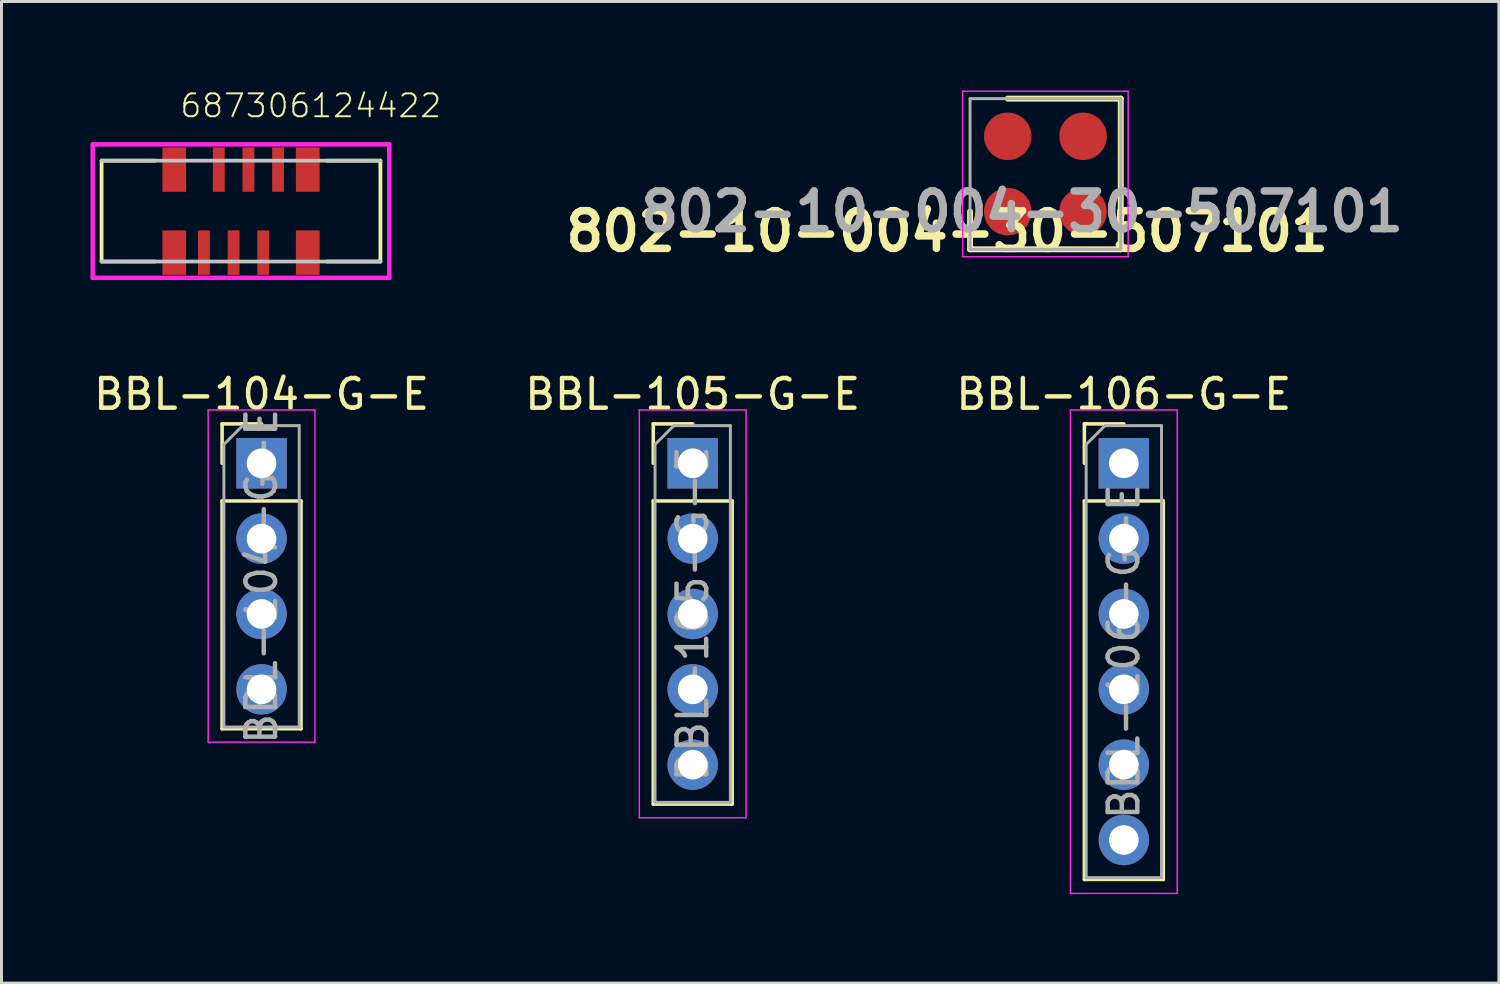
<source format=kicad_pcb>
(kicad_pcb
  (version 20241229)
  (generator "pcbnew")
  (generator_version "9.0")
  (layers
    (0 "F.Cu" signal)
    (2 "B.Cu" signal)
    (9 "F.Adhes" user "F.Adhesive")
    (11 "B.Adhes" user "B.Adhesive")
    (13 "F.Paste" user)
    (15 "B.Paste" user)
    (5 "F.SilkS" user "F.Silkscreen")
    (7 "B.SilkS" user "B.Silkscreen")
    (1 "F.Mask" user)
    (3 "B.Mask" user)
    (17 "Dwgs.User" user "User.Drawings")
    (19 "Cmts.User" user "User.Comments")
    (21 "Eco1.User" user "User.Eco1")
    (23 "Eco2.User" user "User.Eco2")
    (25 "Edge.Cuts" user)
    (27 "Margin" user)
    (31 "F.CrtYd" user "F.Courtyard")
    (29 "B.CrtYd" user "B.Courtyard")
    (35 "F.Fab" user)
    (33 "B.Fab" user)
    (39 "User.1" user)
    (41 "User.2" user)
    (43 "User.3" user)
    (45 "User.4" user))
  (footprint "BBL-104-G-E"
    (layer "F.Cu")
    (at 5.768 12.57)
    (property "Reference" "BBL-104-G-E" (at 0 -2.33 0) (layer "F.SilkS") (effects (font (size 1 1) (thickness 0.15))))
    (attr through_hole)
    (fp_line (start -1.33 -1.33) (end 0 -1.33) (stroke (width 0.12) (type solid)) (layer "F.SilkS"))
    (fp_line (start -1.33 0) (end -1.33 -1.33) (stroke (width 0.12) (type solid)) (layer "F.SilkS"))
    (fp_line (start -1.33 1.27) (end -1.33 8.95) (stroke (width 0.12) (type solid)) (layer "F.SilkS"))
    (fp_line (start -1.33 1.27) (end 1.33 1.27) (stroke (width 0.12) (type solid)) (layer "F.SilkS"))
    (fp_line (start -1.33 8.95) (end 1.33 8.95) (stroke (width 0.12) (type solid)) (layer "F.SilkS"))
    (fp_line (start 1.33 1.27) (end 1.33 8.95) (stroke (width 0.12) (type solid)) (layer "F.SilkS"))
    (fp_line (start -1.8 -1.8) (end -1.8 9.4) (stroke (width 0.05) (type solid)) (layer "F.CrtYd"))
    (fp_line (start -1.8 9.4) (end 1.8 9.4) (stroke (width 0.05) (type solid)) (layer "F.CrtYd"))
    (fp_line (start 1.8 -1.8) (end -1.8 -1.8) (stroke (width 0.05) (type solid)) (layer "F.CrtYd"))
    (fp_line (start 1.8 9.4) (end 1.8 -1.8) (stroke (width 0.05) (type solid)) (layer "F.CrtYd"))
    (fp_line (start -1.27 -0.635) (end -0.635 -1.27) (stroke (width 0.1) (type solid)) (layer "F.Fab"))
    (fp_line (start -1.27 8.89) (end -1.27 -0.635) (stroke (width 0.1) (type solid)) (layer "F.Fab"))
    (fp_line (start -0.635 -1.27) (end 1.27 -1.27) (stroke (width 0.1) (type solid)) (layer "F.Fab"))
    (fp_line (start 1.27 -1.27) (end 1.27 8.89) (stroke (width 0.1) (type solid)) (layer "F.Fab"))
    (fp_line (start 1.27 8.89) (end -1.27 8.89) (stroke (width 0.1) (type solid)) (layer "F.Fab"))
    (fp_text user "${REFERENCE}" (at 0 3.81 90) (layer "F.Fab") (effects (font (size 1 1) (thickness 0.15))))
    (pad "1" thru_hole rect (at 0 0) (size 1.7 1.7) (drill 1) (layers "*.Cu" "*.Mask"))
    (pad "2" thru_hole oval (at 0 2.54) (size 1.7 1.7) (drill 1) (layers "*.Cu" "*.Mask"))
    (pad "3" thru_hole oval (at 0 5.08) (size 1.7 1.7) (drill 1) (layers "*.Cu" "*.Mask"))
    (pad "4" thru_hole oval (at 0 7.62) (size 1.7 1.7) (drill 1) (layers "*.Cu" "*.Mask")))
  (footprint " 802-10-004-30-507101"
    (layer "F.Cu")
    (at 30.925 4.085)
    (property "Reference" " 802-10-004-30-507101" (at -2.526 0.664 0) (layer "F.SilkS") (effects (font (size 1.27 1.27) (thickness 0.254))))
    (attr through_hole)
    (fp_line (start -1.27 0) (end -1.27 1.27) (stroke (width 0.2) (type solid)) (layer "F.SilkS"))
    (fp_line (start -1.27 1.27) (end 3.81 1.27) (stroke (width 0.2) (type solid)) (layer "F.SilkS"))
    (fp_line (start 3.81 -3.81) (end 0 -3.81) (stroke (width 0.2) (type solid)) (layer "F.SilkS"))
    (fp_line (start 3.81 1.27) (end 3.81 -3.81) (stroke (width 0.2) (type solid)) (layer "F.SilkS"))
    (fp_line (start -1.52 -4.06) (end 4.06 -4.06) (stroke (width 0.05) (type solid)) (layer "F.CrtYd"))
    (fp_line (start -1.52 1.52) (end -1.52 -4.06) (stroke (width 0.05) (type solid)) (layer "F.CrtYd"))
    (fp_line (start 4.06 -4.06) (end 4.06 1.52) (stroke (width 0.05) (type solid)) (layer "F.CrtYd"))
    (fp_line (start 4.06 1.52) (end -1.52 1.52) (stroke (width 0.05) (type solid)) (layer "F.CrtYd"))
    (fp_line (start -1.27 -3.81) (end 3.81 -3.81) (stroke (width 0.1) (type solid)) (layer "F.Fab"))
    (fp_line (start -1.27 1.27) (end -1.27 -3.81) (stroke (width 0.1) (type solid)) (layer "F.Fab"))
    (fp_line (start 3.81 -3.81) (end 3.81 1.27) (stroke (width 0.1) (type solid)) (layer "F.Fab"))
    (fp_line (start 3.81 1.27) (end -1.27 1.27) (stroke (width 0.1) (type solid)) (layer "F.Fab"))
    (fp_text user "${REFERENCE}" (at 0 0 0) (layer "F.Fab") (effects (font (size 1.27 1.27) (thickness 0.254))))
    (pad "1" smd circle (at 0 0) (size 1.6 1.6) (layers "F.Cu" "F.Mask" "F.Paste"))
    (pad "2" smd circle (at 0 -2.54) (size 1.6 1.6) (layers "F.Cu" "F.Mask" "F.Paste"))
    (pad "3" smd circle (at 2.54 0) (size 1.6 1.6) (layers "F.Cu" "F.Mask" "F.Paste"))
    (pad "4" smd circle (at 2.54 -2.54) (size 1.6 1.6) (layers "F.Cu" "F.Mask" "F.Paste")))
  (footprint "BBL-105-G-E"
    (layer "F.Cu")
    (at 20.304 12.57)
    (property "Reference" "BBL-105-G-E" (at 0 -2.33 0) (layer "F.SilkS") (effects (font (size 1 1) (thickness 0.15))))
    (attr through_hole)
    (fp_line (start -1.33 -1.33) (end 0 -1.33) (stroke (width 0.12) (type solid)) (layer "F.SilkS"))
    (fp_line (start -1.33 0) (end -1.33 -1.33) (stroke (width 0.12) (type solid)) (layer "F.SilkS"))
    (fp_line (start -1.33 1.27) (end -1.33 11.49) (stroke (width 0.12) (type solid)) (layer "F.SilkS"))
    (fp_line (start -1.33 1.27) (end 1.33 1.27) (stroke (width 0.12) (type solid)) (layer "F.SilkS"))
    (fp_line (start -1.33 11.49) (end 1.33 11.49) (stroke (width 0.12) (type solid)) (layer "F.SilkS"))
    (fp_line (start 1.33 1.27) (end 1.33 11.49) (stroke (width 0.12) (type solid)) (layer "F.SilkS"))
    (fp_line (start -1.8 -1.8) (end -1.8 11.95) (stroke (width 0.05) (type solid)) (layer "F.CrtYd"))
    (fp_line (start -1.8 11.95) (end 1.8 11.95) (stroke (width 0.05) (type solid)) (layer "F.CrtYd"))
    (fp_line (start 1.8 -1.8) (end -1.8 -1.8) (stroke (width 0.05) (type solid)) (layer "F.CrtYd"))
    (fp_line (start 1.8 11.95) (end 1.8 -1.8) (stroke (width 0.05) (type solid)) (layer "F.CrtYd"))
    (fp_line (start -1.27 -0.635) (end -0.635 -1.27) (stroke (width 0.1) (type solid)) (layer "F.Fab"))
    (fp_line (start -1.27 11.43) (end -1.27 -0.635) (stroke (width 0.1) (type solid)) (layer "F.Fab"))
    (fp_line (start -0.635 -1.27) (end 1.27 -1.27) (stroke (width 0.1) (type solid)) (layer "F.Fab"))
    (fp_line (start 1.27 -1.27) (end 1.27 11.43) (stroke (width 0.1) (type solid)) (layer "F.Fab"))
    (fp_line (start 1.27 11.43) (end -1.27 11.43) (stroke (width 0.1) (type solid)) (layer "F.Fab"))
    (fp_text user "${REFERENCE}" (at 0 5.08 90) (layer "F.Fab") (effects (font (size 1 1) (thickness 0.15))))
    (pad "1" thru_hole rect (at 0 0) (size 1.7 1.7) (drill 1) (layers "*.Cu" "*.Mask"))
    (pad "2" thru_hole oval (at 0 2.54) (size 1.7 1.7) (drill 1) (layers "*.Cu" "*.Mask"))
    (pad "3" thru_hole oval (at 0 5.08) (size 1.7 1.7) (drill 1) (layers "*.Cu" "*.Mask"))
    (pad "4" thru_hole oval (at 0 7.62) (size 1.7 1.7) (drill 1) (layers "*.Cu" "*.Mask"))
    (pad "5" thru_hole oval (at 0 10.16) (size 1.7 1.7) (drill 1) (layers "*.Cu" "*.Mask")))
  (footprint "687306124422"
    (layer "F.Cu")
    (at 5.075 4.067)
    (property "Reference" "687306124422" (at -2.1 -3.1 0) (layer "F.SilkS") (effects (font (size 0.772 0.772) (thickness 0.065)) (justify left bottom)))
    (attr through_hole)
    (fp_line (start -4.7 -1.7) (end -4.7 1.7) (stroke (width 0.127) (type solid)) (layer "F.SilkS"))
    (fp_line (start -2.9 -1.7) (end -4.7 -1.7) (stroke (width 0.127) (type solid)) (layer "F.SilkS"))
    (fp_line (start -2.9 1.7) (end -4.7 1.7) (stroke (width 0.127) (type solid)) (layer "F.SilkS"))
    (fp_line (start 2.9 -1.7) (end 4.7 -1.7) (stroke (width 0.127) (type solid)) (layer "F.SilkS"))
    (fp_line (start 2.9 1.7) (end 4.7 1.7) (stroke (width 0.127) (type solid)) (layer "F.SilkS"))
    (fp_line (start 4.7 1.7) (end 4.7 -1.7) (stroke (width 0.127) (type solid)) (layer "F.SilkS"))
    (fp_line (start -4.7 1.7) (end 4.7 1.7) (stroke (width 0.127) (type solid)) (layer "Dwgs.User"))
    (fp_line (start 4.7 -1.7) (end -4.7 -1.7) (stroke (width 0.127) (type solid)) (layer "Dwgs.User"))
    (fp_line (start -5 -2.25) (end -5 2.25) (stroke (width 0.15) (type solid)) (layer "F.CrtYd"))
    (fp_line (start -5 -2.25) (end 5 -2.25) (stroke (width 0.15) (type solid)) (layer "F.CrtYd"))
    (fp_line (start 5 -2.25) (end 5 2.25) (stroke (width 0.15) (type solid)) (layer "F.CrtYd"))
    (fp_line (start 5 2.25) (end -5 2.25) (stroke (width 0.15) (type solid)) (layer "F.CrtYd"))
    (pad "1" smd rect (at -1.25 1.4 180) (size 0.4 1.5) (layers "F.Cu" "F.Mask" "F.Paste"))
    (pad "2" smd rect (at -0.75 -1.4) (size 0.4 1.5) (layers "F.Cu" "F.Mask" "F.Paste"))
    (pad "3" smd rect (at -0.25 1.4 180) (size 0.4 1.5) (layers "F.Cu" "F.Mask" "F.Paste"))
    (pad "4" smd rect (at 0.25 -1.4 180) (size 0.4 1.5) (layers "F.Cu" "F.Mask" "F.Paste"))
    (pad "5" smd rect (at 0.75 1.4 180) (size 0.4 1.5) (layers "F.Cu" "F.Mask" "F.Paste"))
    (pad "6" smd rect (at 1.25 -1.4 180) (size 0.4 1.5) (layers "F.Cu" "F.Mask" "F.Paste"))
    (pad "Z1" smd rect (at -2.25 -1.4 180) (size 0.8 1.5) (layers "F.Cu" "F.Mask" "F.Paste"))
    (pad "Z2" smd rect (at -2.25 1.4 180) (size 0.8 1.5) (layers "F.Cu" "F.Mask" "F.Paste"))
    (pad "Z3" smd rect (at 2.25 1.4 180) (size 0.8 1.5) (layers "F.Cu" "F.Mask" "F.Paste"))
    (pad "Z4" smd rect (at 2.25 -1.4 180) (size 0.8 1.5) (layers "F.Cu" "F.Mask" "F.Paste")))
  (footprint "BBL-106-G-E"
    (layer "F.Cu")
    (at 34.839 12.57)
    (property "Reference" "BBL-106-G-E" (at 0 -2.33 0) (layer "F.SilkS") (effects (font (size 1 1) (thickness 0.15))))
    (attr through_hole)
    (fp_line (start -1.33 -1.33) (end 0 -1.33) (stroke (width 0.12) (type solid)) (layer "F.SilkS"))
    (fp_line (start -1.33 0) (end -1.33 -1.33) (stroke (width 0.12) (type solid)) (layer "F.SilkS"))
    (fp_line (start -1.33 1.27) (end -1.33 14.03) (stroke (width 0.12) (type solid)) (layer "F.SilkS"))
    (fp_line (start -1.33 1.27) (end 1.33 1.27) (stroke (width 0.12) (type solid)) (layer "F.SilkS"))
    (fp_line (start -1.33 14.03) (end 1.33 14.03) (stroke (width 0.12) (type solid)) (layer "F.SilkS"))
    (fp_line (start 1.33 1.27) (end 1.33 14.03) (stroke (width 0.12) (type solid)) (layer "F.SilkS"))
    (fp_line (start -1.8 -1.8) (end -1.8 14.5) (stroke (width 0.05) (type solid)) (layer "F.CrtYd"))
    (fp_line (start -1.8 14.5) (end 1.8 14.5) (stroke (width 0.05) (type solid)) (layer "F.CrtYd"))
    (fp_line (start 1.8 -1.8) (end -1.8 -1.8) (stroke (width 0.05) (type solid)) (layer "F.CrtYd"))
    (fp_line (start 1.8 14.5) (end 1.8 -1.8) (stroke (width 0.05) (type solid)) (layer "F.CrtYd"))
    (fp_line (start -1.27 -0.635) (end -0.635 -1.27) (stroke (width 0.1) (type solid)) (layer "F.Fab"))
    (fp_line (start -1.27 13.97) (end -1.27 -0.635) (stroke (width 0.1) (type solid)) (layer "F.Fab"))
    (fp_line (start -0.635 -1.27) (end 1.27 -1.27) (stroke (width 0.1) (type solid)) (layer "F.Fab"))
    (fp_line (start 1.27 -1.27) (end 1.27 13.97) (stroke (width 0.1) (type solid)) (layer "F.Fab"))
    (fp_line (start 1.27 13.97) (end -1.27 13.97) (stroke (width 0.1) (type solid)) (layer "F.Fab"))
    (fp_text user "${REFERENCE}" (at 0 6.35 90) (layer "F.Fab") (effects (font (size 1 1) (thickness 0.15))))
    (pad "1" thru_hole rect (at 0 0) (size 1.7 1.7) (drill 1) (layers "*.Cu" "*.Mask"))
    (pad "2" thru_hole oval (at 0 2.54) (size 1.7 1.7) (drill 1) (layers "*.Cu" "*.Mask"))
    (pad "3" thru_hole oval (at 0 5.08) (size 1.7 1.7) (drill 1) (layers "*.Cu" "*.Mask"))
    (pad "4" thru_hole oval (at 0 7.62) (size 1.7 1.7) (drill 1) (layers "*.Cu" "*.Mask"))
    (pad "5" thru_hole oval (at 0 10.16) (size 1.7 1.7) (drill 1) (layers "*.Cu" "*.Mask"))
    (pad "6" thru_hole oval (at 0 12.7) (size 1.7 1.7) (drill 1) (layers "*.Cu" "*.Mask")))
  (gr_rect
    (start -3 -3)
    (end 47.484 30.095)
    (stroke (width 0.1) (type default))
    (fill no)
    (layer "Edge.Cuts")))
</source>
